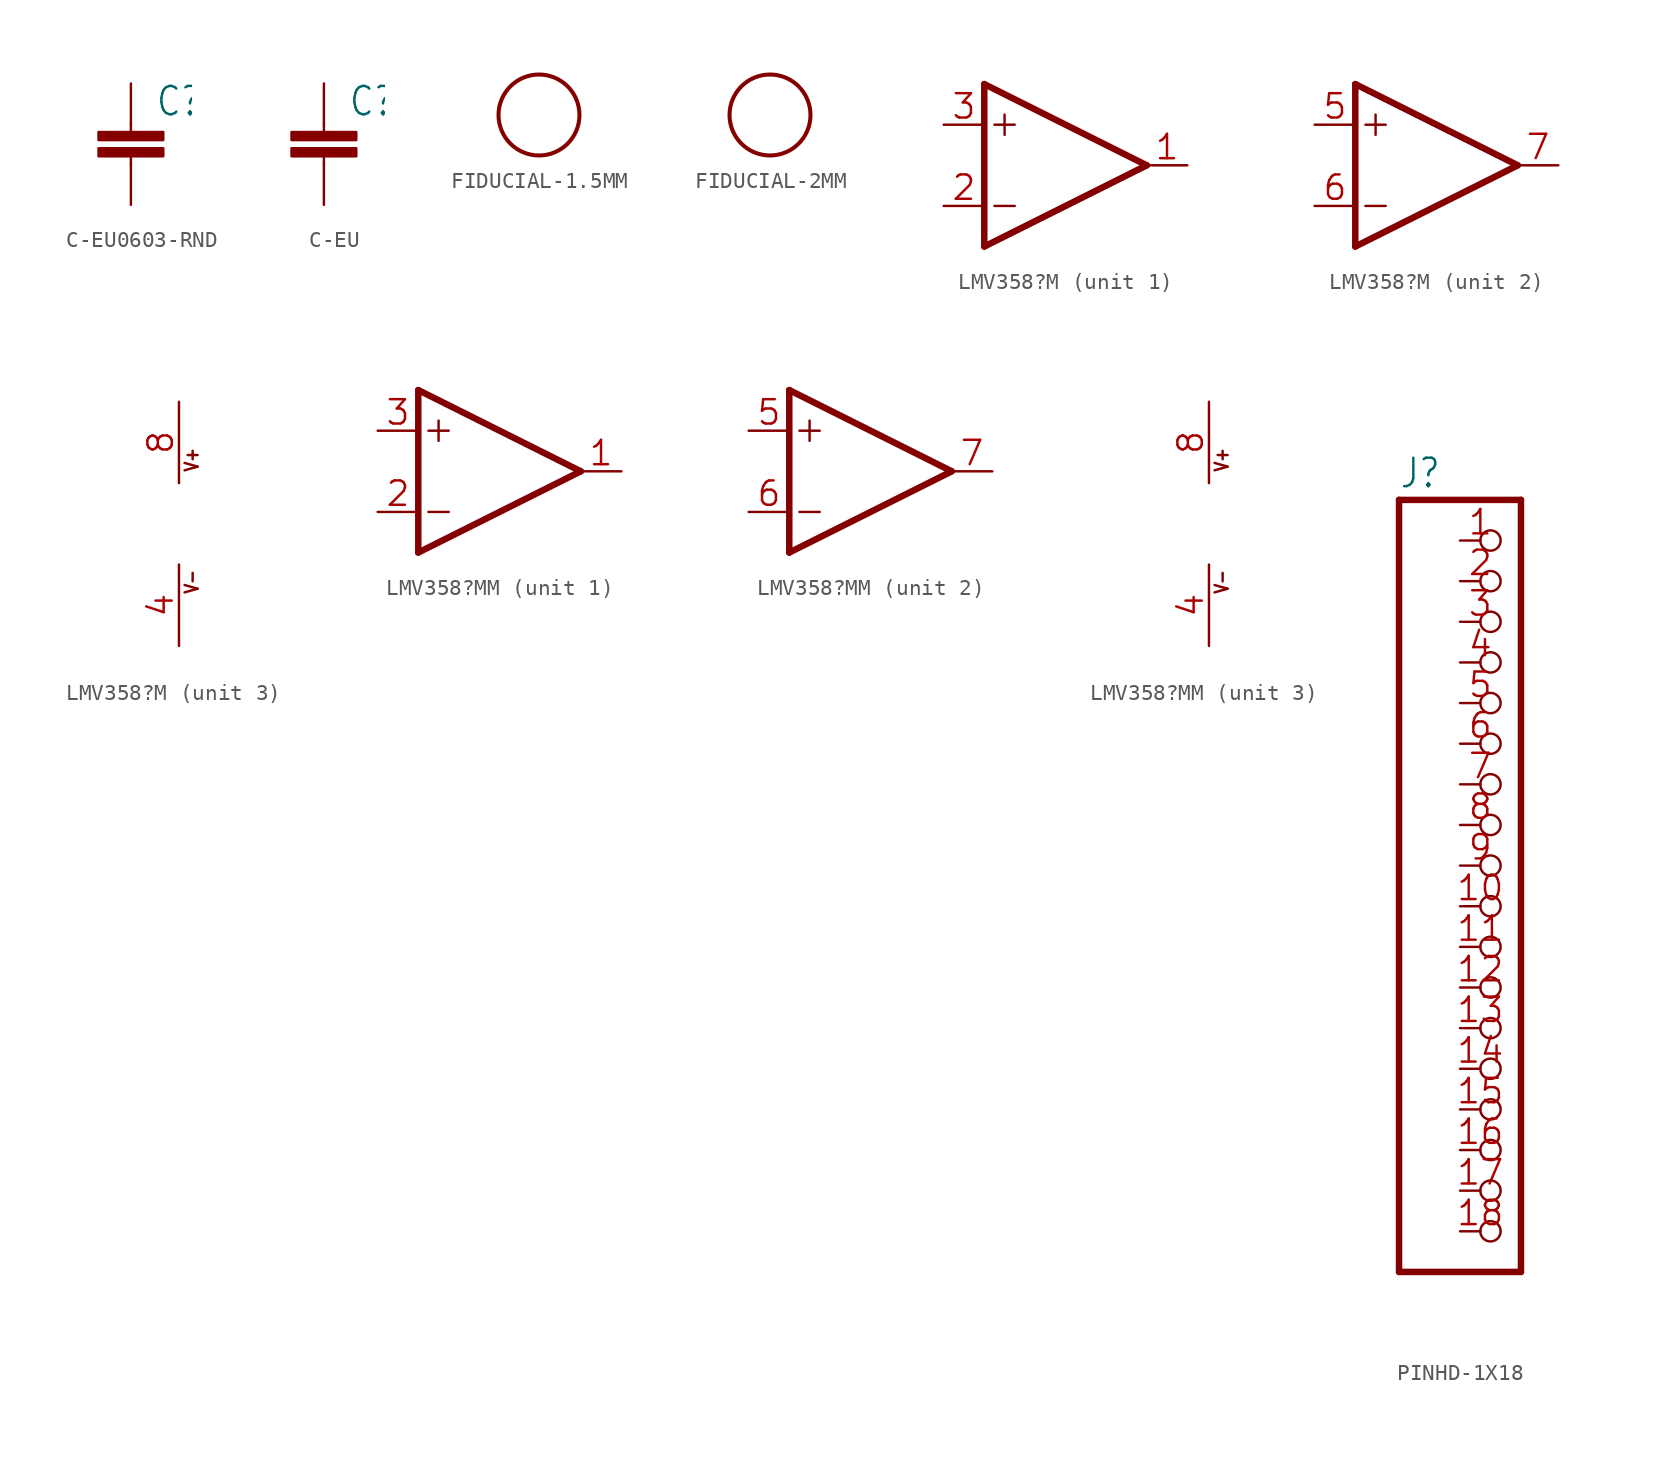
<source format=kicad_sym>
(kicad_symbol_lib
  (version 20241209)
  (generator "kicad_symbol_editor")
  (generator_version "9.0")
  (symbol "C-EU0603-RND"
    (property "Reference" "C"
      (at 1.524 0.381 0)
      (effects (font (size 1.778 1.511)) (justify left bottom)))
    (property "Value" ""
      (at 1.524 -4.699 0)
      (effects (font (size 1.778 1.511)) (justify left bottom)))
    (property "ki_locked" ""
      (at 0 0 0)
      (effects (font (size 1.27 1.27))))
    (symbol "C-EU0603-RND_1_0"
      (rectangle (start -2.032 -1.016) (end 2.032 -0.508) (stroke (width 0) (type default)) (fill (type outline)))
      (rectangle (start -2.032 -2.032) (end 2.032 -1.524) (stroke (width 0) (type default)) (fill (type outline)))
      (polyline (pts (xy 0 0) (xy 0 -0.508)) (stroke (width 0.152) (type solid)) (fill (type none)))
      (polyline (pts (xy 0 -2.54) (xy 0 -2.032)) (stroke (width 0.152) (type solid)) (fill (type none)))
      (pin passive line (at 0 2.54 270) (length 2.54) (name "1" (effects (font (size 0 0)))) (number "1" (effects (font (size 0 0)))))
      (pin passive line (at 0 -5.08 90) (length 2.54) (name "2" (effects (font (size 0 0)))) (number "2" (effects (font (size 0 0)))))))
  (symbol "C-EU"
    (property "Reference" "C"
      (at 1.524 0.381 0)
      (effects (font (size 1.778 1.511)) (justify left bottom)))
    (property "Value" ""
      (at 1.524 -4.699 0)
      (effects (font (size 1.778 1.511)) (justify left bottom)))
    (property "ki_locked" ""
      (at 0 0 0)
      (effects (font (size 1.27 1.27))))
    (symbol "C-EU_1_0"
      (rectangle (start -2.032 -1.016) (end 2.032 -0.508) (stroke (width 0) (type default)) (fill (type outline)))
      (rectangle (start -2.032 -2.032) (end 2.032 -1.524) (stroke (width 0) (type default)) (fill (type outline)))
      (polyline (pts (xy 0 0) (xy 0 -0.508)) (stroke (width 0.152) (type solid)) (fill (type none)))
      (polyline (pts (xy 0 -2.54) (xy 0 -2.032)) (stroke (width 0.152) (type solid)) (fill (type none)))
      (pin passive line (at 0 2.54 270) (length 2.54) (name "1" (effects (font (size 0 0)))) (number "1" (effects (font (size 0 0)))))
      (pin passive line (at 0 -5.08 90) (length 2.54) (name "2" (effects (font (size 0 0)))) (number "2" (effects (font (size 0 0)))))))
  (symbol "FIDUCIAL-1.5MM"
    (property "Reference" ""
      (at 0 0 0)
      (effects (font (size 1.27 1.27)) (hide yes)))
    (property "ki_locked" ""
      (at 0 0 0)
      (effects (font (size 1.27 1.27))))
    (symbol "FIDUCIAL-1.5MM_1_0"
      (circle (center 0 0) (radius 2.54) (stroke (width 0.254) (type solid)) (fill (type none)))))
  (symbol "FIDUCIAL-2MM"
    (property "Reference" ""
      (at 0 0 0)
      (effects (font (size 1.27 1.27)) (hide yes)))
    (property "ki_locked" ""
      (at 0 0 0)
      (effects (font (size 1.27 1.27))))
    (symbol "FIDUCIAL-2MM_1_0"
      (circle (center 0 0) (radius 2.54) (stroke (width 0.254) (type solid)) (fill (type none)))))
  (symbol "LMV358?M"
    (property "Reference" "IC"
      (at 2.54 3.175 0)
      (effects (font (size 1.778 1.511)) (justify left bottom) (hide yes)))
    (property "ki_locked" ""
      (at 0 0 0)
      (effects (font (size 1.27 1.27))))
    (symbol "LMV358?M_1_0"
      (polyline (pts (xy -5.08 5.08) (xy -5.08 -5.08)) (stroke (width 0.406) (type solid)) (fill (type none)))
      (polyline (pts (xy -5.08 -5.08) (xy 5.08 0)) (stroke (width 0.406) (type solid)) (fill (type none)))
      (polyline (pts (xy -4.445 2.54) (xy -3.175 2.54)) (stroke (width 0.152) (type solid)) (fill (type none)))
      (polyline (pts (xy -4.445 -2.54) (xy -3.175 -2.54)) (stroke (width 0.152) (type solid)) (fill (type none)))
      (polyline (pts (xy -3.81 3.175) (xy -3.81 1.905)) (stroke (width 0.152) (type solid)) (fill (type none)))
      (polyline (pts (xy 5.08 0) (xy -5.08 5.08)) (stroke (width 0.406) (type solid)) (fill (type none)))
      (pin input line (at -7.62 2.54 0) (length 2.54) (name "+IN" (effects (font (size 0 0)))) (number "3" (effects (font (size 1.524 1.524)))))
      (pin input line (at -7.62 -2.54 0) (length 2.54) (name "-IN" (effects (font (size 0 0)))) (number "2" (effects (font (size 1.524 1.524)))))
      (pin output line (at 7.62 0 180) (length 2.54) (name "OUT" (effects (font (size 0 0)))) (number "1" (effects (font (size 1.524 1.524))))))
    (symbol "LMV358?M_2_0"
      (polyline (pts (xy -5.08 5.08) (xy -5.08 -5.08)) (stroke (width 0.406) (type solid)) (fill (type none)))
      (polyline (pts (xy -5.08 -5.08) (xy 5.08 0)) (stroke (width 0.406) (type solid)) (fill (type none)))
      (polyline (pts (xy -4.445 2.54) (xy -3.175 2.54)) (stroke (width 0.152) (type solid)) (fill (type none)))
      (polyline (pts (xy -4.445 -2.54) (xy -3.175 -2.54)) (stroke (width 0.152) (type solid)) (fill (type none)))
      (polyline (pts (xy -3.81 3.175) (xy -3.81 1.905)) (stroke (width 0.152) (type solid)) (fill (type none)))
      (polyline (pts (xy 5.08 0) (xy -5.08 5.08)) (stroke (width 0.406) (type solid)) (fill (type none)))
      (pin input line (at -7.62 2.54 0) (length 2.54) (name "+IN" (effects (font (size 0 0)))) (number "5" (effects (font (size 1.524 1.524)))))
      (pin input line (at -7.62 -2.54 0) (length 2.54) (name "-IN" (effects (font (size 0 0)))) (number "6" (effects (font (size 1.524 1.524)))))
      (pin output line (at 7.62 0 180) (length 2.54) (name "OUT" (effects (font (size 0 0)))) (number "7" (effects (font (size 1.524 1.524))))))
    (symbol "LMV358?M_3_0"
      (text "V+" (at 1.27 3.175 900) (effects (font (size 0.813 0.691)) (justify left bottom)))
      (text "V-" (at 1.27 -4.445 900) (effects (font (size 0.813 0.691)) (justify left bottom)))
      (pin power_in line (at 0 7.62 270) (length 5.08) (name "V+" (effects (font (size 0 0)))) (number "8" (effects (font (size 1.524 1.524)))))
      (pin power_in line (at 0 -7.62 90) (length 5.08) (name "V-" (effects (font (size 0 0)))) (number "4" (effects (font (size 1.524 1.524)))))))
  (symbol "LMV358?MM"
    (property "Reference" "IC"
      (at 2.54 3.175 0)
      (effects (font (size 1.778 1.511)) (justify left bottom) (hide yes)))
    (property "ki_locked" ""
      (at 0 0 0)
      (effects (font (size 1.27 1.27))))
    (symbol "LMV358?MM_1_0"
      (polyline (pts (xy -5.08 5.08) (xy -5.08 -5.08)) (stroke (width 0.406) (type solid)) (fill (type none)))
      (polyline (pts (xy -5.08 -5.08) (xy 5.08 0)) (stroke (width 0.406) (type solid)) (fill (type none)))
      (polyline (pts (xy -4.445 2.54) (xy -3.175 2.54)) (stroke (width 0.152) (type solid)) (fill (type none)))
      (polyline (pts (xy -4.445 -2.54) (xy -3.175 -2.54)) (stroke (width 0.152) (type solid)) (fill (type none)))
      (polyline (pts (xy -3.81 3.175) (xy -3.81 1.905)) (stroke (width 0.152) (type solid)) (fill (type none)))
      (polyline (pts (xy 5.08 0) (xy -5.08 5.08)) (stroke (width 0.406) (type solid)) (fill (type none)))
      (pin input line (at -7.62 2.54 0) (length 2.54) (name "+IN" (effects (font (size 0 0)))) (number "3" (effects (font (size 1.524 1.524)))))
      (pin input line (at -7.62 -2.54 0) (length 2.54) (name "-IN" (effects (font (size 0 0)))) (number "2" (effects (font (size 1.524 1.524)))))
      (pin output line (at 7.62 0 180) (length 2.54) (name "OUT" (effects (font (size 0 0)))) (number "1" (effects (font (size 1.524 1.524))))))
    (symbol "LMV358?MM_2_0"
      (polyline (pts (xy -5.08 5.08) (xy -5.08 -5.08)) (stroke (width 0.406) (type solid)) (fill (type none)))
      (polyline (pts (xy -5.08 -5.08) (xy 5.08 0)) (stroke (width 0.406) (type solid)) (fill (type none)))
      (polyline (pts (xy -4.445 2.54) (xy -3.175 2.54)) (stroke (width 0.152) (type solid)) (fill (type none)))
      (polyline (pts (xy -4.445 -2.54) (xy -3.175 -2.54)) (stroke (width 0.152) (type solid)) (fill (type none)))
      (polyline (pts (xy -3.81 3.175) (xy -3.81 1.905)) (stroke (width 0.152) (type solid)) (fill (type none)))
      (polyline (pts (xy 5.08 0) (xy -5.08 5.08)) (stroke (width 0.406) (type solid)) (fill (type none)))
      (pin input line (at -7.62 2.54 0) (length 2.54) (name "+IN" (effects (font (size 0 0)))) (number "5" (effects (font (size 1.524 1.524)))))
      (pin input line (at -7.62 -2.54 0) (length 2.54) (name "-IN" (effects (font (size 0 0)))) (number "6" (effects (font (size 1.524 1.524)))))
      (pin output line (at 7.62 0 180) (length 2.54) (name "OUT" (effects (font (size 0 0)))) (number "7" (effects (font (size 1.524 1.524))))))
    (symbol "LMV358?MM_3_0"
      (text "V+" (at 1.27 3.175 900) (effects (font (size 0.813 0.691)) (justify left bottom)))
      (text "V-" (at 1.27 -4.445 900) (effects (font (size 0.813 0.691)) (justify left bottom)))
      (pin power_in line (at 0 7.62 270) (length 5.08) (name "V+" (effects (font (size 0 0)))) (number "8" (effects (font (size 1.524 1.524)))))
      (pin power_in line (at 0 -7.62 90) (length 5.08) (name "V-" (effects (font (size 0 0)))) (number "4" (effects (font (size 1.524 1.524)))))))
  (symbol "PINHD-1X18"
    (property "Reference" "J"
      (at -6.35 18.415 0)
      (effects (font (size 1.778 1.511)) (justify left bottom)))
    (property "ki_locked" ""
      (at 0 0 0)
      (effects (font (size 1.27 1.27))))
    (symbol "PINHD-1X18_1_0"
      (polyline (pts (xy -6.35 17.78) (xy -6.35 -30.48)) (stroke (width 0.406) (type solid)) (fill (type none)))
      (polyline (pts (xy -6.35 -30.48) (xy 1.27 -30.48)) (stroke (width 0.406) (type solid)) (fill (type none)))
      (polyline (pts (xy 1.27 17.78) (xy -6.35 17.78)) (stroke (width 0.406) (type solid)) (fill (type none)))
      (polyline (pts (xy 1.27 -30.48) (xy 1.27 17.78)) (stroke (width 0.406) (type solid)) (fill (type none)))
      (pin passive inverted (at -2.54 15.24 0) (length 2.54) (name "1" (effects (font (size 0 0)))) (number "1" (effects (font (size 1.524 1.524)))))
      (pin passive inverted (at -2.54 12.7 0) (length 2.54) (name "2" (effects (font (size 0 0)))) (number "2" (effects (font (size 1.524 1.524)))))
      (pin passive inverted (at -2.54 10.16 0) (length 2.54) (name "3" (effects (font (size 0 0)))) (number "3" (effects (font (size 1.524 1.524)))))
      (pin passive inverted (at -2.54 7.62 0) (length 2.54) (name "4" (effects (font (size 0 0)))) (number "4" (effects (font (size 1.524 1.524)))))
      (pin passive inverted (at -2.54 5.08 0) (length 2.54) (name "5" (effects (font (size 0 0)))) (number "5" (effects (font (size 1.524 1.524)))))
      (pin passive inverted (at -2.54 2.54 0) (length 2.54) (name "6" (effects (font (size 0 0)))) (number "6" (effects (font (size 1.524 1.524)))))
      (pin passive inverted (at -2.54 0 0) (length 2.54) (name "7" (effects (font (size 0 0)))) (number "7" (effects (font (size 1.524 1.524)))))
      (pin passive inverted (at -2.54 -2.54 0) (length 2.54) (name "8" (effects (font (size 0 0)))) (number "8" (effects (font (size 1.524 1.524)))))
      (pin passive inverted (at -2.54 -5.08 0) (length 2.54) (name "9" (effects (font (size 0 0)))) (number "9" (effects (font (size 1.524 1.524)))))
      (pin passive inverted (at -2.54 -7.62 0) (length 2.54) (name "10" (effects (font (size 0 0)))) (number "10" (effects (font (size 1.524 1.524)))))
      (pin passive inverted (at -2.54 -10.16 0) (length 2.54) (name "11" (effects (font (size 0 0)))) (number "11" (effects (font (size 1.524 1.524)))))
      (pin passive inverted (at -2.54 -12.7 0) (length 2.54) (name "12" (effects (font (size 0 0)))) (number "12" (effects (font (size 1.524 1.524)))))
      (pin passive inverted (at -2.54 -15.24 0) (length 2.54) (name "13" (effects (font (size 0 0)))) (number "13" (effects (font (size 1.524 1.524)))))
      (pin passive inverted (at -2.54 -17.78 0) (length 2.54) (name "14" (effects (font (size 0 0)))) (number "14" (effects (font (size 1.524 1.524)))))
      (pin passive inverted (at -2.54 -20.32 0) (length 2.54) (name "15" (effects (font (size 0 0)))) (number "15" (effects (font (size 1.524 1.524)))))
      (pin passive inverted (at -2.54 -22.86 0) (length 2.54) (name "16" (effects (font (size 0 0)))) (number "16" (effects (font (size 1.524 1.524)))))
      (pin passive inverted (at -2.54 -25.4 0) (length 2.54) (name "17" (effects (font (size 0 0)))) (number "17" (effects (font (size 1.524 1.524)))))
      (pin passive inverted (at -2.54 -27.94 0) (length 2.54) (name "18" (effects (font (size 0 0)))) (number "18" (effects (font (size 1.524 1.524))))))))
</source>
